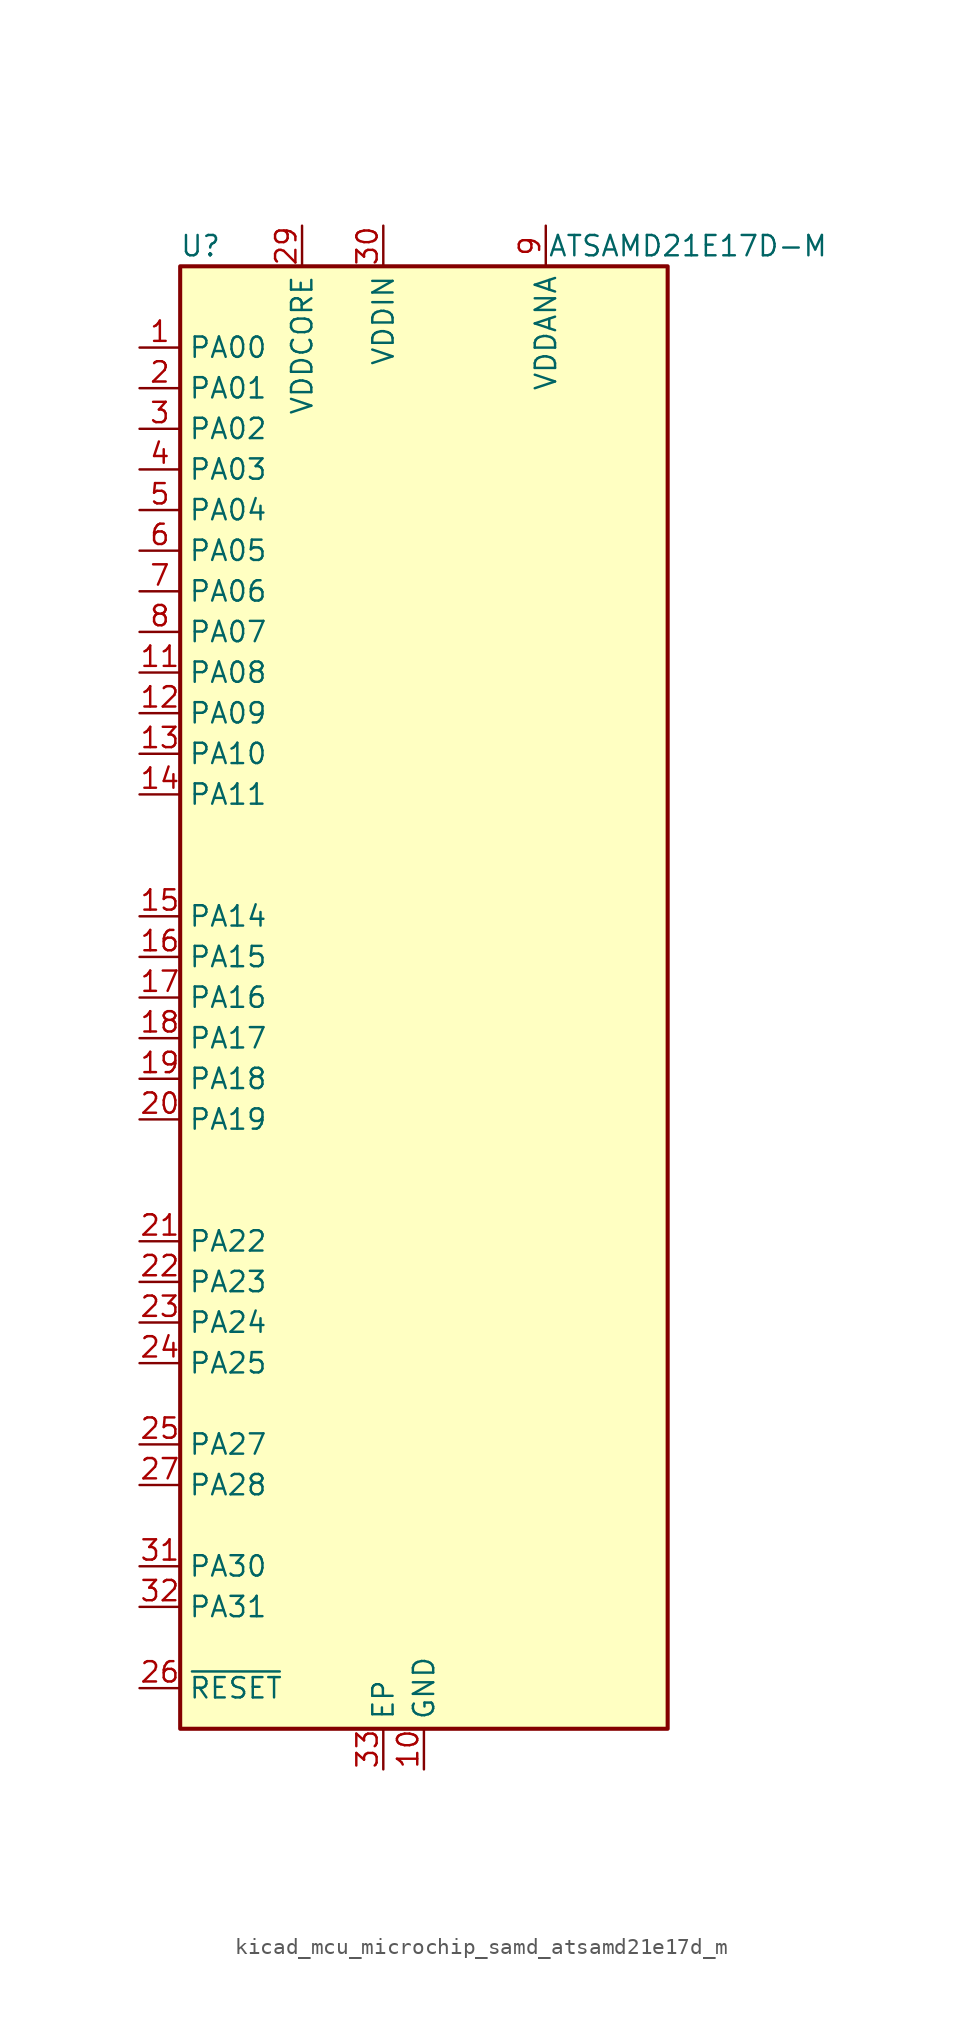
<source format=kicad_sym>
(kicad_symbol_lib
  (version 20220914)
  (generator kicad_symbol_editor)
  (symbol "kicad_mcu_microchip_samd_atsamd21e17d_m"
    (property "Reference" "U"
      (at -13.97 46.99 0)
      (effects (font (size 1.27 1.27))))
    (property "Value" "ATSAMD21E17D-M"
      (at 16.51 46.99 0)
      (effects (font (size 1.27 1.27))))
    (symbol "kicad_mcu_microchip_samd_atsamd21e17d_m_1_1"
      (rectangle (start -15.24 45.72) (end 15.24 -45.72) (stroke (width 0.254) (type default)) (fill (type background)))
      (pin bidirectional line (at -17.78 40.64 0) (length 2.54) (name "PA00" (effects (font (size 1.27 1.27)))) (number "1" (effects (font (size 1.27 1.27)))))
      (pin power_in line (at 0 -48.26 90) (length 2.54) (name "GND" (effects (font (size 1.27 1.27)))) (number "10" (effects (font (size 1.27 1.27)))))
      (pin bidirectional line (at -17.78 20.32 0) (length 2.54) (name "PA08" (effects (font (size 1.27 1.27)))) (number "11" (effects (font (size 1.27 1.27)))))
      (pin bidirectional line (at -17.78 17.78 0) (length 2.54) (name "PA09" (effects (font (size 1.27 1.27)))) (number "12" (effects (font (size 1.27 1.27)))))
      (pin bidirectional line (at -17.78 15.24 0) (length 2.54) (name "PA10" (effects (font (size 1.27 1.27)))) (number "13" (effects (font (size 1.27 1.27)))))
      (pin bidirectional line (at -17.78 12.7 0) (length 2.54) (name "PA11" (effects (font (size 1.27 1.27)))) (number "14" (effects (font (size 1.27 1.27)))))
      (pin bidirectional line (at -17.78 5.08 0) (length 2.54) (name "PA14" (effects (font (size 1.27 1.27)))) (number "15" (effects (font (size 1.27 1.27)))))
      (pin bidirectional line (at -17.78 2.54 0) (length 2.54) (name "PA15" (effects (font (size 1.27 1.27)))) (number "16" (effects (font (size 1.27 1.27)))))
      (pin bidirectional line (at -17.78 0 0) (length 2.54) (name "PA16" (effects (font (size 1.27 1.27)))) (number "17" (effects (font (size 1.27 1.27)))))
      (pin bidirectional line (at -17.78 -2.54 0) (length 2.54) (name "PA17" (effects (font (size 1.27 1.27)))) (number "18" (effects (font (size 1.27 1.27)))))
      (pin bidirectional line (at -17.78 -5.08 0) (length 2.54) (name "PA18" (effects (font (size 1.27 1.27)))) (number "19" (effects (font (size 1.27 1.27)))))
      (pin bidirectional line (at -17.78 38.1 0) (length 2.54) (name "PA01" (effects (font (size 1.27 1.27)))) (number "2" (effects (font (size 1.27 1.27)))))
      (pin bidirectional line (at -17.78 -7.62 0) (length 2.54) (name "PA19" (effects (font (size 1.27 1.27)))) (number "20" (effects (font (size 1.27 1.27)))))
      (pin bidirectional line (at -17.78 -15.24 0) (length 2.54) (name "PA22" (effects (font (size 1.27 1.27)))) (number "21" (effects (font (size 1.27 1.27)))))
      (pin bidirectional line (at -17.78 -17.78 0) (length 2.54) (name "PA23" (effects (font (size 1.27 1.27)))) (number "22" (effects (font (size 1.27 1.27)))))
      (pin bidirectional line (at -17.78 -20.32 0) (length 2.54) (name "PA24" (effects (font (size 1.27 1.27)))) (number "23" (effects (font (size 1.27 1.27)))))
      (pin bidirectional line (at -17.78 -22.86 0) (length 2.54) (name "PA25" (effects (font (size 1.27 1.27)))) (number "24" (effects (font (size 1.27 1.27)))))
      (pin bidirectional line (at -17.78 -27.94 0) (length 2.54) (name "PA27" (effects (font (size 1.27 1.27)))) (number "25" (effects (font (size 1.27 1.27)))))
      (pin input line (at -17.78 -43.18 0) (length 2.54) (name "~{RESET}" (effects (font (size 1.27 1.27)))) (number "26" (effects (font (size 1.27 1.27)))))
      (pin bidirectional line (at -17.78 -30.48 0) (length 2.54) (name "PA28" (effects (font (size 1.27 1.27)))) (number "27" (effects (font (size 1.27 1.27)))))
      (pin passive line (at 0 -48.26 90) (length 2.54) hide (name "GND" (effects (font (size 1.27 1.27)))) (number "28" (effects (font (size 1.27 1.27)))))
      (pin power_out line (at -7.62 48.26 270) (length 2.54) (name "VDDCORE" (effects (font (size 1.27 1.27)))) (number "29" (effects (font (size 1.27 1.27)))))
      (pin bidirectional line (at -17.78 35.56 0) (length 2.54) (name "PA02" (effects (font (size 1.27 1.27)))) (number "3" (effects (font (size 1.27 1.27)))))
      (pin power_in line (at -2.54 48.26 270) (length 2.54) (name "VDDIN" (effects (font (size 1.27 1.27)))) (number "30" (effects (font (size 1.27 1.27)))))
      (pin bidirectional line (at -17.78 -35.56 0) (length 2.54) (name "PA30" (effects (font (size 1.27 1.27)))) (number "31" (effects (font (size 1.27 1.27)))))
      (pin bidirectional line (at -17.78 -38.1 0) (length 2.54) (name "PA31" (effects (font (size 1.27 1.27)))) (number "32" (effects (font (size 1.27 1.27)))))
      (pin passive line (at -2.54 -48.26 90) (length 2.54) (name "EP" (effects (font (size 1.27 1.27)))) (number "33" (effects (font (size 1.27 1.27)))))
      (pin bidirectional line (at -17.78 33.02 0) (length 2.54) (name "PA03" (effects (font (size 1.27 1.27)))) (number "4" (effects (font (size 1.27 1.27)))))
      (pin bidirectional line (at -17.78 30.48 0) (length 2.54) (name "PA04" (effects (font (size 1.27 1.27)))) (number "5" (effects (font (size 1.27 1.27)))))
      (pin bidirectional line (at -17.78 27.94 0) (length 2.54) (name "PA05" (effects (font (size 1.27 1.27)))) (number "6" (effects (font (size 1.27 1.27)))))
      (pin bidirectional line (at -17.78 25.4 0) (length 2.54) (name "PA06" (effects (font (size 1.27 1.27)))) (number "7" (effects (font (size 1.27 1.27)))))
      (pin bidirectional line (at -17.78 22.86 0) (length 2.54) (name "PA07" (effects (font (size 1.27 1.27)))) (number "8" (effects (font (size 1.27 1.27)))))
      (pin power_in line (at 7.62 48.26 270) (length 2.54) (name "VDDANA" (effects (font (size 1.27 1.27)))) (number "9" (effects (font (size 1.27 1.27))))))))
</source>
